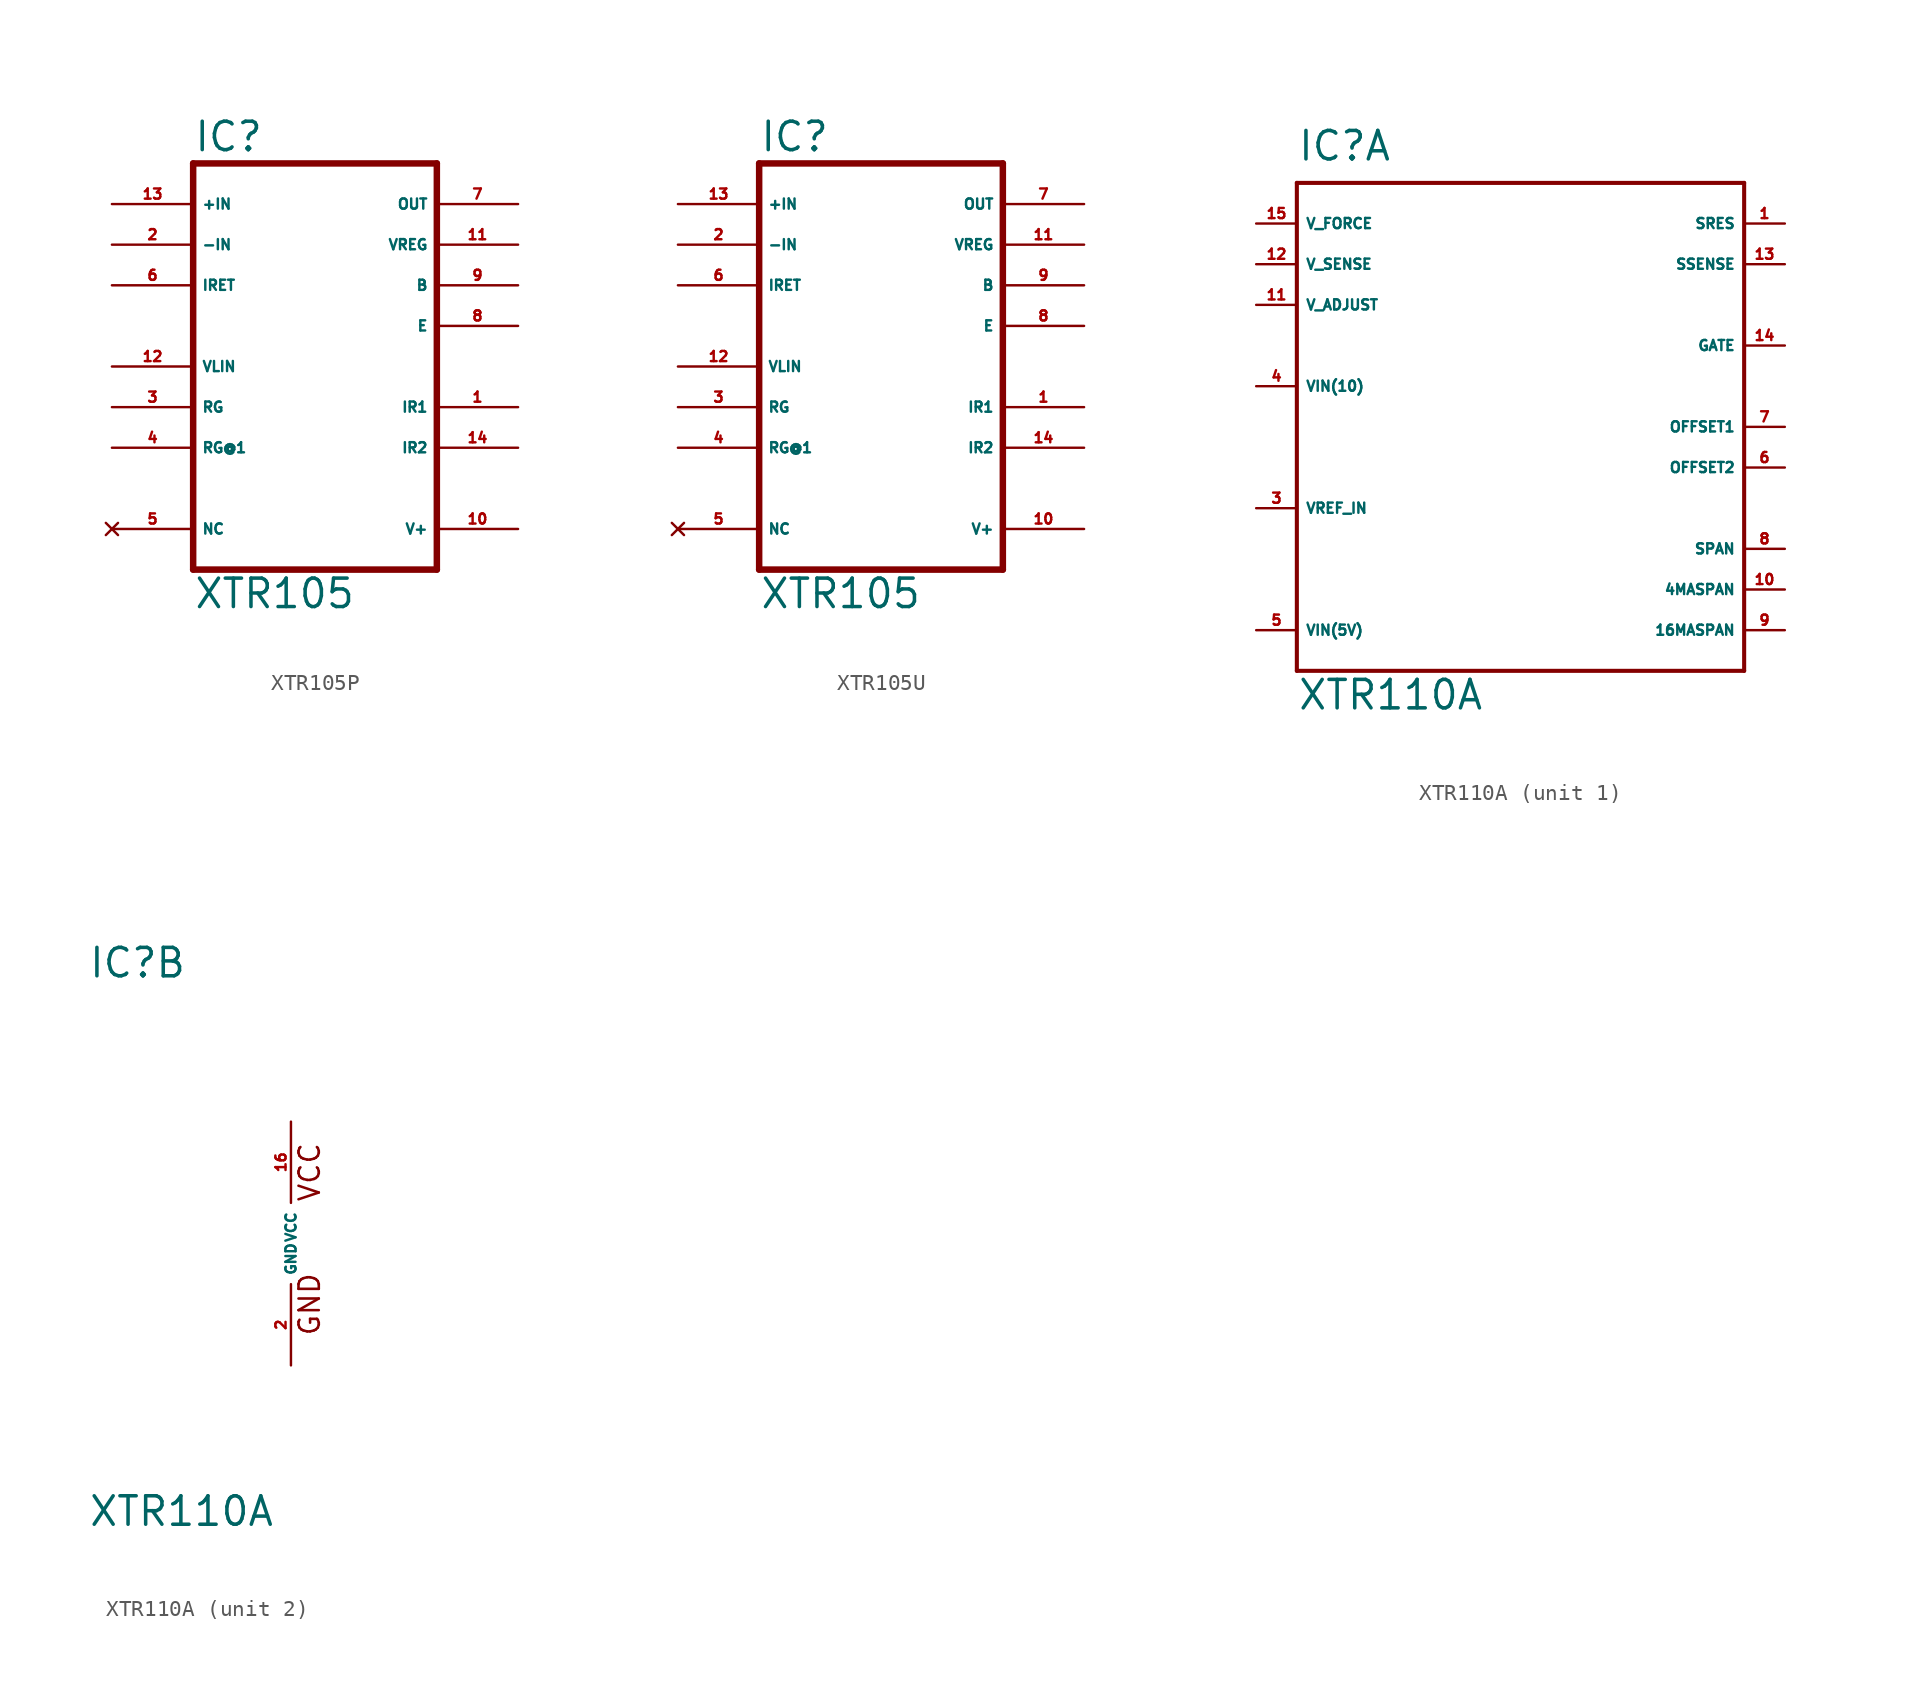
<source format=kicad_sym>
(kicad_symbol_lib
  (version 20220914)
  (generator Eagle2Kicad)
  (symbol "XTR105P"
    (property "Reference" "IC"
      (at -7.62 15.875 0)
      (effects (font (size 1.778 1.778) (thickness 0.22)) (justify left bottom)))
    (property "Value" "XTR105"
      (at -7.62 -12.7 0)
      (effects (font (size 1.778 1.778) (thickness 0.22)) (justify left bottom)))
    (polyline
      (pts (xy -7.62 -10.16) (xy 7.62 -10.16))
      (stroke (width 0.406) (type default))
      (fill (type none)))
    (polyline
      (pts (xy 7.62 -10.16) (xy 7.62 15.24))
      (stroke (width 0.406) (type default))
      (fill (type none)))
    (polyline
      (pts (xy 7.62 15.24) (xy -7.62 15.24))
      (stroke (width 0.406) (type default))
      (fill (type none)))
    (polyline
      (pts (xy -7.62 15.24) (xy -7.62 -10.16))
      (stroke (width 0.406) (type default))
      (fill (type none)))
    (pin input line
      (at -12.7 12.7 0)
      (length 5.08)
      (name "+IN" (effects (font (size 0.635 0.635) (thickness 0.08)) (justify left bottom)))
      (number "13" (effects (font (size 0.635 0.635) (thickness 0.08)) (justify left bottom))))
    (pin input line
      (at -12.7 10.16 0)
      (length 5.08)
      (name "-IN" (effects (font (size 0.635 0.635) (thickness 0.08)) (justify left bottom)))
      (number "2" (effects (font (size 0.635 0.635) (thickness 0.08)) (justify left bottom))))
    (pin passive line
      (at -12.7 2.54 0)
      (length 5.08)
      (name "VLIN" (effects (font (size 0.635 0.635) (thickness 0.08)) (justify left bottom)))
      (number "12" (effects (font (size 0.635 0.635) (thickness 0.08)) (justify left bottom))))
    (pin output line
      (at 12.7 10.16 180)
      (length 5.08)
      (name "VREG" (effects (font (size 0.635 0.635) (thickness 0.08)) (justify left bottom)))
      (number "11" (effects (font (size 0.635 0.635) (thickness 0.08)) (justify left bottom))))
    (pin passive line
      (at -12.7 0 0)
      (length 5.08)
      (name "RG" (effects (font (size 0.635 0.635) (thickness 0.08)) (justify left bottom)))
      (number "3" (effects (font (size 0.635 0.635) (thickness 0.08)) (justify left bottom))))
    (pin passive line
      (at -12.7 -2.54 0)
      (length 5.08)
      (name "RG@1" (effects (font (size 0.635 0.635) (thickness 0.08)) (justify left bottom)))
      (number "4" (effects (font (size 0.635 0.635) (thickness 0.08)) (justify left bottom))))
    (pin output line
      (at 12.7 7.62 180)
      (length 5.08)
      (name "B" (effects (font (size 0.635 0.635) (thickness 0.08)) (justify left bottom)))
      (number "9" (effects (font (size 0.635 0.635) (thickness 0.08)) (justify left bottom))))
    (pin output line
      (at 12.7 5.08 180)
      (length 5.08)
      (name "E" (effects (font (size 0.635 0.635) (thickness 0.08)) (justify left bottom)))
      (number "8" (effects (font (size 0.635 0.635) (thickness 0.08)) (justify left bottom))))
    (pin unspecified line
      (at 12.7 -7.62 180)
      (length 5.08)
      (name "V+" (effects (font (size 0.635 0.635) (thickness 0.08)) (justify left bottom)))
      (number "10" (effects (font (size 0.635 0.635) (thickness 0.08)) (justify left bottom))))
    (pin no_connect line
      (at -12.7 -7.62 0)
      (length 5.08)
      (name "NC" (effects (font (size 0.635 0.635) (thickness 0.08)) (justify left bottom) hide))
      (number "5" (effects (font (size 0.635 0.635) (thickness 0.08)) (justify left bottom) hide)))
    (pin output line
      (at 12.7 12.7 180)
      (length 5.08)
      (name "OUT" (effects (font (size 0.635 0.635) (thickness 0.08)) (justify left bottom)))
      (number "7" (effects (font (size 0.635 0.635) (thickness 0.08)) (justify left bottom))))
    (pin passive line
      (at 12.7 -2.54 180)
      (length 5.08)
      (name "IR2" (effects (font (size 0.635 0.635) (thickness 0.08)) (justify left bottom)))
      (number "14" (effects (font (size 0.635 0.635) (thickness 0.08)) (justify left bottom))))
    (pin passive line
      (at 12.7 0 180)
      (length 5.08)
      (name "IR1" (effects (font (size 0.635 0.635) (thickness 0.08)) (justify left bottom)))
      (number "1" (effects (font (size 0.635 0.635) (thickness 0.08)) (justify left bottom))))
    (pin input line
      (at -12.7 7.62 0)
      (length 5.08)
      (name "IRET" (effects (font (size 0.635 0.635) (thickness 0.08)) (justify left bottom)))
      (number "6" (effects (font (size 0.635 0.635) (thickness 0.08)) (justify left bottom)))))
  (symbol "XTR105U"
    (property "Reference" "IC"
      (at -7.62 15.875 0)
      (effects (font (size 1.778 1.778) (thickness 0.22)) (justify left bottom)))
    (property "Value" "XTR105"
      (at -7.62 -12.7 0)
      (effects (font (size 1.778 1.778) (thickness 0.22)) (justify left bottom)))
    (polyline
      (pts (xy -7.62 -10.16) (xy 7.62 -10.16))
      (stroke (width 0.406) (type default))
      (fill (type none)))
    (polyline
      (pts (xy 7.62 -10.16) (xy 7.62 15.24))
      (stroke (width 0.406) (type default))
      (fill (type none)))
    (polyline
      (pts (xy 7.62 15.24) (xy -7.62 15.24))
      (stroke (width 0.406) (type default))
      (fill (type none)))
    (polyline
      (pts (xy -7.62 15.24) (xy -7.62 -10.16))
      (stroke (width 0.406) (type default))
      (fill (type none)))
    (pin input line
      (at -12.7 12.7 0)
      (length 5.08)
      (name "+IN" (effects (font (size 0.635 0.635) (thickness 0.08)) (justify left bottom)))
      (number "13" (effects (font (size 0.635 0.635) (thickness 0.08)) (justify left bottom))))
    (pin input line
      (at -12.7 10.16 0)
      (length 5.08)
      (name "-IN" (effects (font (size 0.635 0.635) (thickness 0.08)) (justify left bottom)))
      (number "2" (effects (font (size 0.635 0.635) (thickness 0.08)) (justify left bottom))))
    (pin passive line
      (at -12.7 2.54 0)
      (length 5.08)
      (name "VLIN" (effects (font (size 0.635 0.635) (thickness 0.08)) (justify left bottom)))
      (number "12" (effects (font (size 0.635 0.635) (thickness 0.08)) (justify left bottom))))
    (pin output line
      (at 12.7 10.16 180)
      (length 5.08)
      (name "VREG" (effects (font (size 0.635 0.635) (thickness 0.08)) (justify left bottom)))
      (number "11" (effects (font (size 0.635 0.635) (thickness 0.08)) (justify left bottom))))
    (pin passive line
      (at -12.7 0 0)
      (length 5.08)
      (name "RG" (effects (font (size 0.635 0.635) (thickness 0.08)) (justify left bottom)))
      (number "3" (effects (font (size 0.635 0.635) (thickness 0.08)) (justify left bottom))))
    (pin passive line
      (at -12.7 -2.54 0)
      (length 5.08)
      (name "RG@1" (effects (font (size 0.635 0.635) (thickness 0.08)) (justify left bottom)))
      (number "4" (effects (font (size 0.635 0.635) (thickness 0.08)) (justify left bottom))))
    (pin output line
      (at 12.7 7.62 180)
      (length 5.08)
      (name "B" (effects (font (size 0.635 0.635) (thickness 0.08)) (justify left bottom)))
      (number "9" (effects (font (size 0.635 0.635) (thickness 0.08)) (justify left bottom))))
    (pin output line
      (at 12.7 5.08 180)
      (length 5.08)
      (name "E" (effects (font (size 0.635 0.635) (thickness 0.08)) (justify left bottom)))
      (number "8" (effects (font (size 0.635 0.635) (thickness 0.08)) (justify left bottom))))
    (pin unspecified line
      (at 12.7 -7.62 180)
      (length 5.08)
      (name "V+" (effects (font (size 0.635 0.635) (thickness 0.08)) (justify left bottom)))
      (number "10" (effects (font (size 0.635 0.635) (thickness 0.08)) (justify left bottom))))
    (pin no_connect line
      (at -12.7 -7.62 0)
      (length 5.08)
      (name "NC" (effects (font (size 0.635 0.635) (thickness 0.08)) (justify left bottom) hide))
      (number "5" (effects (font (size 0.635 0.635) (thickness 0.08)) (justify left bottom) hide)))
    (pin output line
      (at 12.7 12.7 180)
      (length 5.08)
      (name "OUT" (effects (font (size 0.635 0.635) (thickness 0.08)) (justify left bottom)))
      (number "7" (effects (font (size 0.635 0.635) (thickness 0.08)) (justify left bottom))))
    (pin passive line
      (at 12.7 -2.54 180)
      (length 5.08)
      (name "IR2" (effects (font (size 0.635 0.635) (thickness 0.08)) (justify left bottom)))
      (number "14" (effects (font (size 0.635 0.635) (thickness 0.08)) (justify left bottom))))
    (pin passive line
      (at 12.7 0 180)
      (length 5.08)
      (name "IR1" (effects (font (size 0.635 0.635) (thickness 0.08)) (justify left bottom)))
      (number "1" (effects (font (size 0.635 0.635) (thickness 0.08)) (justify left bottom))))
    (pin input line
      (at -12.7 7.62 0)
      (length 5.08)
      (name "IRET" (effects (font (size 0.635 0.635) (thickness 0.08)) (justify left bottom)))
      (number "6" (effects (font (size 0.635 0.635) (thickness 0.08)) (justify left bottom)))))
  (symbol "XTR110A"
    (property "Reference" "IC"
      (at -12.7 16.51 0)
      (effects (font (size 1.778 1.778) (thickness 0.22)) (justify left bottom)))
    (property "Value" "XTR110A"
      (at -12.7 -17.78 0)
      (effects (font (size 1.778 1.778) (thickness 0.22)) (justify left bottom)))
    (symbol "XTR110A_1_0"
      (polyline (pts (xy -12.7 15.24) (xy -12.7 -15.24)) (stroke (width 0.254) (type default)) (fill (type none)))
      (polyline (pts (xy -12.7 -15.24) (xy 15.24 -15.24)) (stroke (width 0.254) (type default)) (fill (type none)))
      (polyline (pts (xy 15.24 -15.24) (xy 15.24 15.24)) (stroke (width 0.254) (type default)) (fill (type none)))
      (polyline (pts (xy 15.24 15.24) (xy -12.7 15.24)) (stroke (width 0.254) (type default)) (fill (type none)))
      (pin passive line (at -15.24 12.7 0) (length 2.54) (name "V_FORCE" (effects (font (size 0.635 0.635) (thickness 0.08)) (justify left bottom))) (number "15" (effects (font (size 0.635 0.635) (thickness 0.08)) (justify left bottom))))
      (pin passive line (at -15.24 10.16 0) (length 2.54) (name "V_SENSE" (effects (font (size 0.635 0.635) (thickness 0.08)) (justify left bottom))) (number "12" (effects (font (size 0.635 0.635) (thickness 0.08)) (justify left bottom))))
      (pin passive line (at -15.24 7.62 0) (length 2.54) (name "V_ADJUST" (effects (font (size 0.635 0.635) (thickness 0.08)) (justify left bottom))) (number "11" (effects (font (size 0.635 0.635) (thickness 0.08)) (justify left bottom))))
      (pin passive line (at -15.24 2.54 0) (length 2.54) (name "VIN(10)" (effects (font (size 0.635 0.635) (thickness 0.08)) (justify left bottom))) (number "4" (effects (font (size 0.635 0.635) (thickness 0.08)) (justify left bottom))))
      (pin passive line (at -15.24 -5.08 0) (length 2.54) (name "VREF_IN" (effects (font (size 0.635 0.635) (thickness 0.08)) (justify left bottom))) (number "3" (effects (font (size 0.635 0.635) (thickness 0.08)) (justify left bottom))))
      (pin passive line (at -15.24 -12.7 0) (length 2.54) (name "VIN(5V)" (effects (font (size 0.635 0.635) (thickness 0.08)) (justify left bottom))) (number "5" (effects (font (size 0.635 0.635) (thickness 0.08)) (justify left bottom))))
      (pin passive line (at 17.78 12.7 180) (length 2.54) (name "SRES" (effects (font (size 0.635 0.635) (thickness 0.08)) (justify left bottom))) (number "1" (effects (font (size 0.635 0.635) (thickness 0.08)) (justify left bottom))))
      (pin passive line (at 17.78 10.16 180) (length 2.54) (name "SSENSE" (effects (font (size 0.635 0.635) (thickness 0.08)) (justify left bottom))) (number "13" (effects (font (size 0.635 0.635) (thickness 0.08)) (justify left bottom))))
      (pin passive line (at 17.78 5.08 180) (length 2.54) (name "GATE" (effects (font (size 0.635 0.635) (thickness 0.08)) (justify left bottom))) (number "14" (effects (font (size 0.635 0.635) (thickness 0.08)) (justify left bottom))))
      (pin passive line (at 17.78 0 180) (length 2.54) (name "OFFSET1" (effects (font (size 0.635 0.635) (thickness 0.08)) (justify left bottom))) (number "7" (effects (font (size 0.635 0.635) (thickness 0.08)) (justify left bottom))))
      (pin passive line (at 17.78 -2.54 180) (length 2.54) (name "OFFSET2" (effects (font (size 0.635 0.635) (thickness 0.08)) (justify left bottom))) (number "6" (effects (font (size 0.635 0.635) (thickness 0.08)) (justify left bottom))))
      (pin passive line (at 17.78 -7.62 180) (length 2.54) (name "SPAN" (effects (font (size 0.635 0.635) (thickness 0.08)) (justify left bottom))) (number "8" (effects (font (size 0.635 0.635) (thickness 0.08)) (justify left bottom))))
      (pin passive line (at 17.78 -10.16 180) (length 2.54) (name "4MASPAN" (effects (font (size 0.635 0.635) (thickness 0.08)) (justify left bottom))) (number "10" (effects (font (size 0.635 0.635) (thickness 0.08)) (justify left bottom))))
      (pin passive line (at 17.78 -12.7 180) (length 2.54) (name "16MASPAN" (effects (font (size 0.635 0.635) (thickness 0.08)) (justify left bottom))) (number "9" (effects (font (size 0.635 0.635) (thickness 0.08)) (justify left bottom)))))
    (symbol "XTR110A_2_0"
      (text "GND" (at 1.905 -5.842 900) (effects (font (size 1.27 1.27) (thickness 0.16)) (justify left bottom)))
      (text "VCC" (at 1.905 2.54 900) (effects (font (size 1.27 1.27) (thickness 0.16)) (justify left bottom)))
      (pin unspecified line (at 0 -7.62 90) (length 5.08) (name "GND" (effects (font (size 0.635 0.635) (thickness 0.08)) (justify left bottom))) (number "2" (effects (font (size 0.635 0.635) (thickness 0.08)) (justify left bottom))))
      (pin unspecified line (at 0 7.62 270) (length 5.08) (name "VCC" (effects (font (size 0.635 0.635) (thickness 0.08)) (justify left bottom))) (number "16" (effects (font (size 0.635 0.635) (thickness 0.08)) (justify left bottom)))))))
</source>
